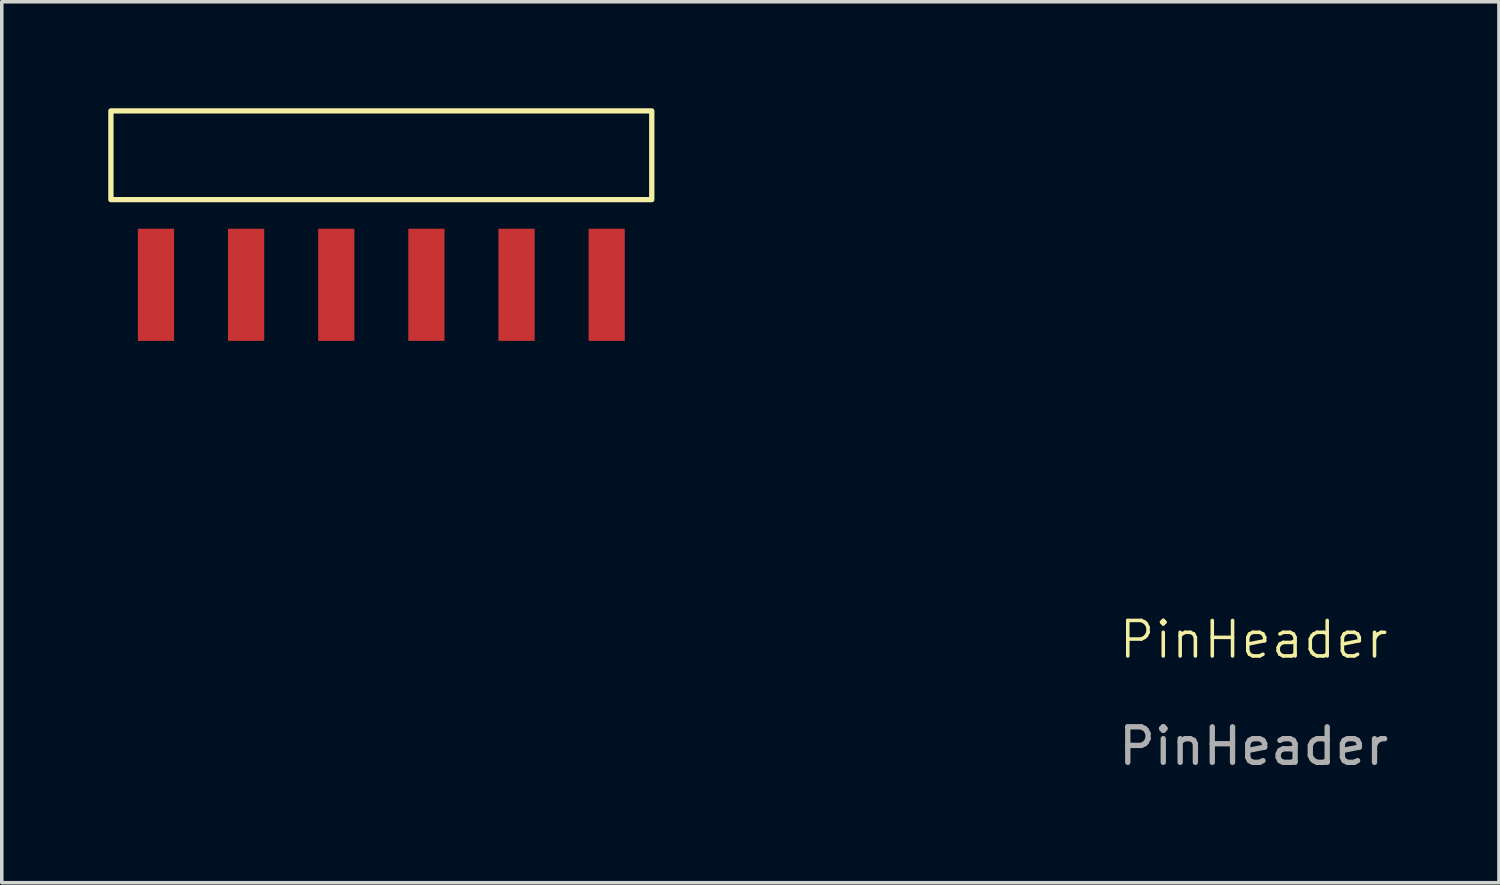
<source format=kicad_pcb>
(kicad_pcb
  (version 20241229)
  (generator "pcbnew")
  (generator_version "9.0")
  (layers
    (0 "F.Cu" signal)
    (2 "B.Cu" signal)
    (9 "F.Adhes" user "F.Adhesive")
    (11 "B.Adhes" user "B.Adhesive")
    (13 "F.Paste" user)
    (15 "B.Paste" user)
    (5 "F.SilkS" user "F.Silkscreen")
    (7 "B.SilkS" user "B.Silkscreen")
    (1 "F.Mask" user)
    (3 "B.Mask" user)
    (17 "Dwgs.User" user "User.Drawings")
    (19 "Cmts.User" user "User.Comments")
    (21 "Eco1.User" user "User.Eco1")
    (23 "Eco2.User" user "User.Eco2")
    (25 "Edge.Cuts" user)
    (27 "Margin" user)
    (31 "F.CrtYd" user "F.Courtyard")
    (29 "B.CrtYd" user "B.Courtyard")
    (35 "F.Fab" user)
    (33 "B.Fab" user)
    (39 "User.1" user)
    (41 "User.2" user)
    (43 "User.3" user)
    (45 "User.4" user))
  (footprint "PinHeader"
    (layer "F.Cu")
    (at 7.675 2.275)
    (property "Reference" "PinHeader" (at 24.6 12.7 0) (unlocked yes) (layer "F.SilkS") (effects (font (size 1 1) (thickness 0.1))))
    (attr smd)
    (fp_rect (start -7.6 -2.2) (end 7.64 0.3) (stroke (width 0.15) (type default)) (fill no) (layer "F.SilkS"))
    (fp_text user "${REFERENCE}" (at 24.6 15.7 0) (unlocked yes) (layer "F.Fab") (effects (font (size 1 1) (thickness 0.15))))
    (pad "1" smd rect (at -6.33 2.7 90) (size 3.16 1.02) (layers "F.Cu" "F.Mask" "F.Paste"))
    (pad "2" smd rect (at -3.79 2.7 90) (size 3.16 1.02) (layers "F.Cu" "F.Mask" "F.Paste"))
    (pad "3" smd rect (at -1.25 2.7 90) (size 3.16 1.02) (layers "F.Cu" "F.Mask" "F.Paste"))
    (pad "4" smd rect (at 1.29 2.7 90) (size 3.16 1.02) (layers "F.Cu" "F.Mask" "F.Paste"))
    (pad "5" smd rect (at 3.83 2.7 90) (size 3.16 1.02) (layers "F.Cu" "F.Mask" "F.Paste"))
    (pad "6" smd rect (at 6.37 2.7 90) (size 3.16 1.02) (layers "F.Cu" "F.Mask" "F.Paste")))
  (gr_rect
    (start -3 -3)
    (end 39.186 21.823)
    (stroke (width 0.1) (type default))
    (fill no)
    (layer "Edge.Cuts")))
</source>
